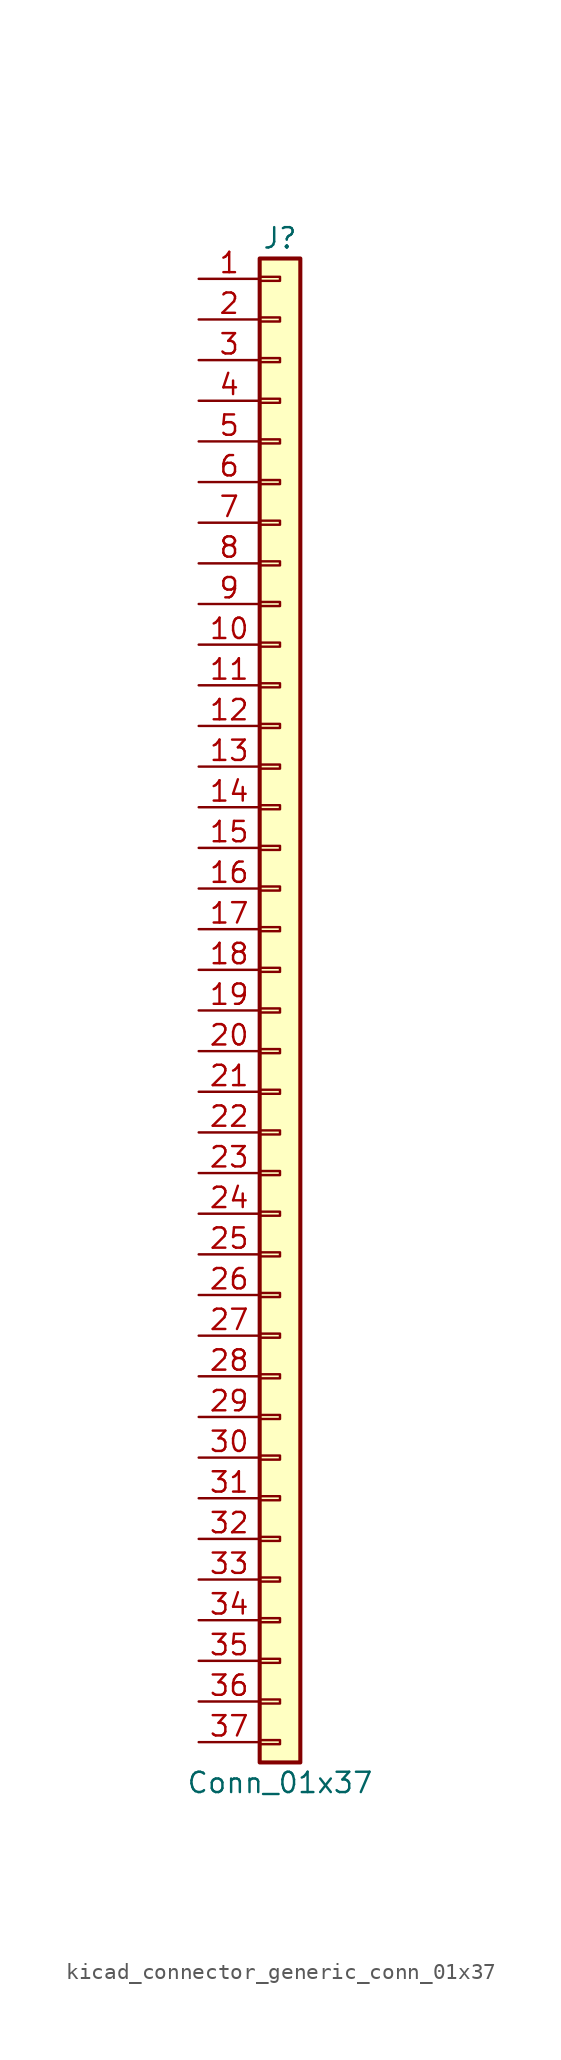
<source format=kicad_sym>
(kicad_symbol_lib
  (version 20220914)
  (generator kicad_symbol_editor)
  (symbol "kicad_connector_generic_conn_01x37"
    (pin_names
      (offset 1.016) hide)
    (property "Reference" "J"
      (at 0 48.26 0)
      (effects (font (size 1.27 1.27))))
    (property "Value" "Conn_01x37"
      (at 0 -48.26 0)
      (effects (font (size 1.27 1.27))))
    (symbol "kicad_connector_generic_conn_01x37_1_1"
      (rectangle (start -1.27 -45.593) (end 0 -45.847) (stroke (width 0.152) (type default)) (fill (type none)))
      (rectangle (start -1.27 -43.053) (end 0 -43.307) (stroke (width 0.152) (type default)) (fill (type none)))
      (rectangle (start -1.27 -40.513) (end 0 -40.767) (stroke (width 0.152) (type default)) (fill (type none)))
      (rectangle (start -1.27 -37.973) (end 0 -38.227) (stroke (width 0.152) (type default)) (fill (type none)))
      (rectangle (start -1.27 -35.433) (end 0 -35.687) (stroke (width 0.152) (type default)) (fill (type none)))
      (rectangle (start -1.27 -32.893) (end 0 -33.147) (stroke (width 0.152) (type default)) (fill (type none)))
      (rectangle (start -1.27 -30.353) (end 0 -30.607) (stroke (width 0.152) (type default)) (fill (type none)))
      (rectangle (start -1.27 -27.813) (end 0 -28.067) (stroke (width 0.152) (type default)) (fill (type none)))
      (rectangle (start -1.27 -25.273) (end 0 -25.527) (stroke (width 0.152) (type default)) (fill (type none)))
      (rectangle (start -1.27 -22.733) (end 0 -22.987) (stroke (width 0.152) (type default)) (fill (type none)))
      (rectangle (start -1.27 -20.193) (end 0 -20.447) (stroke (width 0.152) (type default)) (fill (type none)))
      (rectangle (start -1.27 -17.653) (end 0 -17.907) (stroke (width 0.152) (type default)) (fill (type none)))
      (rectangle (start -1.27 -15.113) (end 0 -15.367) (stroke (width 0.152) (type default)) (fill (type none)))
      (rectangle (start -1.27 -12.573) (end 0 -12.827) (stroke (width 0.152) (type default)) (fill (type none)))
      (rectangle (start -1.27 -10.033) (end 0 -10.287) (stroke (width 0.152) (type default)) (fill (type none)))
      (rectangle (start -1.27 -7.493) (end 0 -7.747) (stroke (width 0.152) (type default)) (fill (type none)))
      (rectangle (start -1.27 -4.953) (end 0 -5.207) (stroke (width 0.152) (type default)) (fill (type none)))
      (rectangle (start -1.27 -2.413) (end 0 -2.667) (stroke (width 0.152) (type default)) (fill (type none)))
      (rectangle (start -1.27 0.127) (end 0 -0.127) (stroke (width 0.152) (type default)) (fill (type none)))
      (rectangle (start -1.27 2.667) (end 0 2.413) (stroke (width 0.152) (type default)) (fill (type none)))
      (rectangle (start -1.27 5.207) (end 0 4.953) (stroke (width 0.152) (type default)) (fill (type none)))
      (rectangle (start -1.27 7.747) (end 0 7.493) (stroke (width 0.152) (type default)) (fill (type none)))
      (rectangle (start -1.27 10.287) (end 0 10.033) (stroke (width 0.152) (type default)) (fill (type none)))
      (rectangle (start -1.27 12.827) (end 0 12.573) (stroke (width 0.152) (type default)) (fill (type none)))
      (rectangle (start -1.27 15.367) (end 0 15.113) (stroke (width 0.152) (type default)) (fill (type none)))
      (rectangle (start -1.27 17.907) (end 0 17.653) (stroke (width 0.152) (type default)) (fill (type none)))
      (rectangle (start -1.27 20.447) (end 0 20.193) (stroke (width 0.152) (type default)) (fill (type none)))
      (rectangle (start -1.27 22.987) (end 0 22.733) (stroke (width 0.152) (type default)) (fill (type none)))
      (rectangle (start -1.27 25.527) (end 0 25.273) (stroke (width 0.152) (type default)) (fill (type none)))
      (rectangle (start -1.27 28.067) (end 0 27.813) (stroke (width 0.152) (type default)) (fill (type none)))
      (rectangle (start -1.27 30.607) (end 0 30.353) (stroke (width 0.152) (type default)) (fill (type none)))
      (rectangle (start -1.27 33.147) (end 0 32.893) (stroke (width 0.152) (type default)) (fill (type none)))
      (rectangle (start -1.27 35.687) (end 0 35.433) (stroke (width 0.152) (type default)) (fill (type none)))
      (rectangle (start -1.27 38.227) (end 0 37.973) (stroke (width 0.152) (type default)) (fill (type none)))
      (rectangle (start -1.27 40.767) (end 0 40.513) (stroke (width 0.152) (type default)) (fill (type none)))
      (rectangle (start -1.27 43.307) (end 0 43.053) (stroke (width 0.152) (type default)) (fill (type none)))
      (rectangle (start -1.27 45.847) (end 0 45.593) (stroke (width 0.152) (type default)) (fill (type none)))
      (rectangle (start -1.27 46.99) (end 1.27 -46.99) (stroke (width 0.254) (type default)) (fill (type background)))
      (pin passive line (at -5.08 45.72 0) (length 3.81) (name "Pin_1" (effects (font (size 1.27 1.27)))) (number "1" (effects (font (size 1.27 1.27)))))
      (pin passive line (at -5.08 22.86 0) (length 3.81) (name "Pin_10" (effects (font (size 1.27 1.27)))) (number "10" (effects (font (size 1.27 1.27)))))
      (pin passive line (at -5.08 20.32 0) (length 3.81) (name "Pin_11" (effects (font (size 1.27 1.27)))) (number "11" (effects (font (size 1.27 1.27)))))
      (pin passive line (at -5.08 17.78 0) (length 3.81) (name "Pin_12" (effects (font (size 1.27 1.27)))) (number "12" (effects (font (size 1.27 1.27)))))
      (pin passive line (at -5.08 15.24 0) (length 3.81) (name "Pin_13" (effects (font (size 1.27 1.27)))) (number "13" (effects (font (size 1.27 1.27)))))
      (pin passive line (at -5.08 12.7 0) (length 3.81) (name "Pin_14" (effects (font (size 1.27 1.27)))) (number "14" (effects (font (size 1.27 1.27)))))
      (pin passive line (at -5.08 10.16 0) (length 3.81) (name "Pin_15" (effects (font (size 1.27 1.27)))) (number "15" (effects (font (size 1.27 1.27)))))
      (pin passive line (at -5.08 7.62 0) (length 3.81) (name "Pin_16" (effects (font (size 1.27 1.27)))) (number "16" (effects (font (size 1.27 1.27)))))
      (pin passive line (at -5.08 5.08 0) (length 3.81) (name "Pin_17" (effects (font (size 1.27 1.27)))) (number "17" (effects (font (size 1.27 1.27)))))
      (pin passive line (at -5.08 2.54 0) (length 3.81) (name "Pin_18" (effects (font (size 1.27 1.27)))) (number "18" (effects (font (size 1.27 1.27)))))
      (pin passive line (at -5.08 0 0) (length 3.81) (name "Pin_19" (effects (font (size 1.27 1.27)))) (number "19" (effects (font (size 1.27 1.27)))))
      (pin passive line (at -5.08 43.18 0) (length 3.81) (name "Pin_2" (effects (font (size 1.27 1.27)))) (number "2" (effects (font (size 1.27 1.27)))))
      (pin passive line (at -5.08 -2.54 0) (length 3.81) (name "Pin_20" (effects (font (size 1.27 1.27)))) (number "20" (effects (font (size 1.27 1.27)))))
      (pin passive line (at -5.08 -5.08 0) (length 3.81) (name "Pin_21" (effects (font (size 1.27 1.27)))) (number "21" (effects (font (size 1.27 1.27)))))
      (pin passive line (at -5.08 -7.62 0) (length 3.81) (name "Pin_22" (effects (font (size 1.27 1.27)))) (number "22" (effects (font (size 1.27 1.27)))))
      (pin passive line (at -5.08 -10.16 0) (length 3.81) (name "Pin_23" (effects (font (size 1.27 1.27)))) (number "23" (effects (font (size 1.27 1.27)))))
      (pin passive line (at -5.08 -12.7 0) (length 3.81) (name "Pin_24" (effects (font (size 1.27 1.27)))) (number "24" (effects (font (size 1.27 1.27)))))
      (pin passive line (at -5.08 -15.24 0) (length 3.81) (name "Pin_25" (effects (font (size 1.27 1.27)))) (number "25" (effects (font (size 1.27 1.27)))))
      (pin passive line (at -5.08 -17.78 0) (length 3.81) (name "Pin_26" (effects (font (size 1.27 1.27)))) (number "26" (effects (font (size 1.27 1.27)))))
      (pin passive line (at -5.08 -20.32 0) (length 3.81) (name "Pin_27" (effects (font (size 1.27 1.27)))) (number "27" (effects (font (size 1.27 1.27)))))
      (pin passive line (at -5.08 -22.86 0) (length 3.81) (name "Pin_28" (effects (font (size 1.27 1.27)))) (number "28" (effects (font (size 1.27 1.27)))))
      (pin passive line (at -5.08 -25.4 0) (length 3.81) (name "Pin_29" (effects (font (size 1.27 1.27)))) (number "29" (effects (font (size 1.27 1.27)))))
      (pin passive line (at -5.08 40.64 0) (length 3.81) (name "Pin_3" (effects (font (size 1.27 1.27)))) (number "3" (effects (font (size 1.27 1.27)))))
      (pin passive line (at -5.08 -27.94 0) (length 3.81) (name "Pin_30" (effects (font (size 1.27 1.27)))) (number "30" (effects (font (size 1.27 1.27)))))
      (pin passive line (at -5.08 -30.48 0) (length 3.81) (name "Pin_31" (effects (font (size 1.27 1.27)))) (number "31" (effects (font (size 1.27 1.27)))))
      (pin passive line (at -5.08 -33.02 0) (length 3.81) (name "Pin_32" (effects (font (size 1.27 1.27)))) (number "32" (effects (font (size 1.27 1.27)))))
      (pin passive line (at -5.08 -35.56 0) (length 3.81) (name "Pin_33" (effects (font (size 1.27 1.27)))) (number "33" (effects (font (size 1.27 1.27)))))
      (pin passive line (at -5.08 -38.1 0) (length 3.81) (name "Pin_34" (effects (font (size 1.27 1.27)))) (number "34" (effects (font (size 1.27 1.27)))))
      (pin passive line (at -5.08 -40.64 0) (length 3.81) (name "Pin_35" (effects (font (size 1.27 1.27)))) (number "35" (effects (font (size 1.27 1.27)))))
      (pin passive line (at -5.08 -43.18 0) (length 3.81) (name "Pin_36" (effects (font (size 1.27 1.27)))) (number "36" (effects (font (size 1.27 1.27)))))
      (pin passive line (at -5.08 -45.72 0) (length 3.81) (name "Pin_37" (effects (font (size 1.27 1.27)))) (number "37" (effects (font (size 1.27 1.27)))))
      (pin passive line (at -5.08 38.1 0) (length 3.81) (name "Pin_4" (effects (font (size 1.27 1.27)))) (number "4" (effects (font (size 1.27 1.27)))))
      (pin passive line (at -5.08 35.56 0) (length 3.81) (name "Pin_5" (effects (font (size 1.27 1.27)))) (number "5" (effects (font (size 1.27 1.27)))))
      (pin passive line (at -5.08 33.02 0) (length 3.81) (name "Pin_6" (effects (font (size 1.27 1.27)))) (number "6" (effects (font (size 1.27 1.27)))))
      (pin passive line (at -5.08 30.48 0) (length 3.81) (name "Pin_7" (effects (font (size 1.27 1.27)))) (number "7" (effects (font (size 1.27 1.27)))))
      (pin passive line (at -5.08 27.94 0) (length 3.81) (name "Pin_8" (effects (font (size 1.27 1.27)))) (number "8" (effects (font (size 1.27 1.27)))))
      (pin passive line (at -5.08 25.4 0) (length 3.81) (name "Pin_9" (effects (font (size 1.27 1.27)))) (number "9" (effects (font (size 1.27 1.27))))))))
</source>
